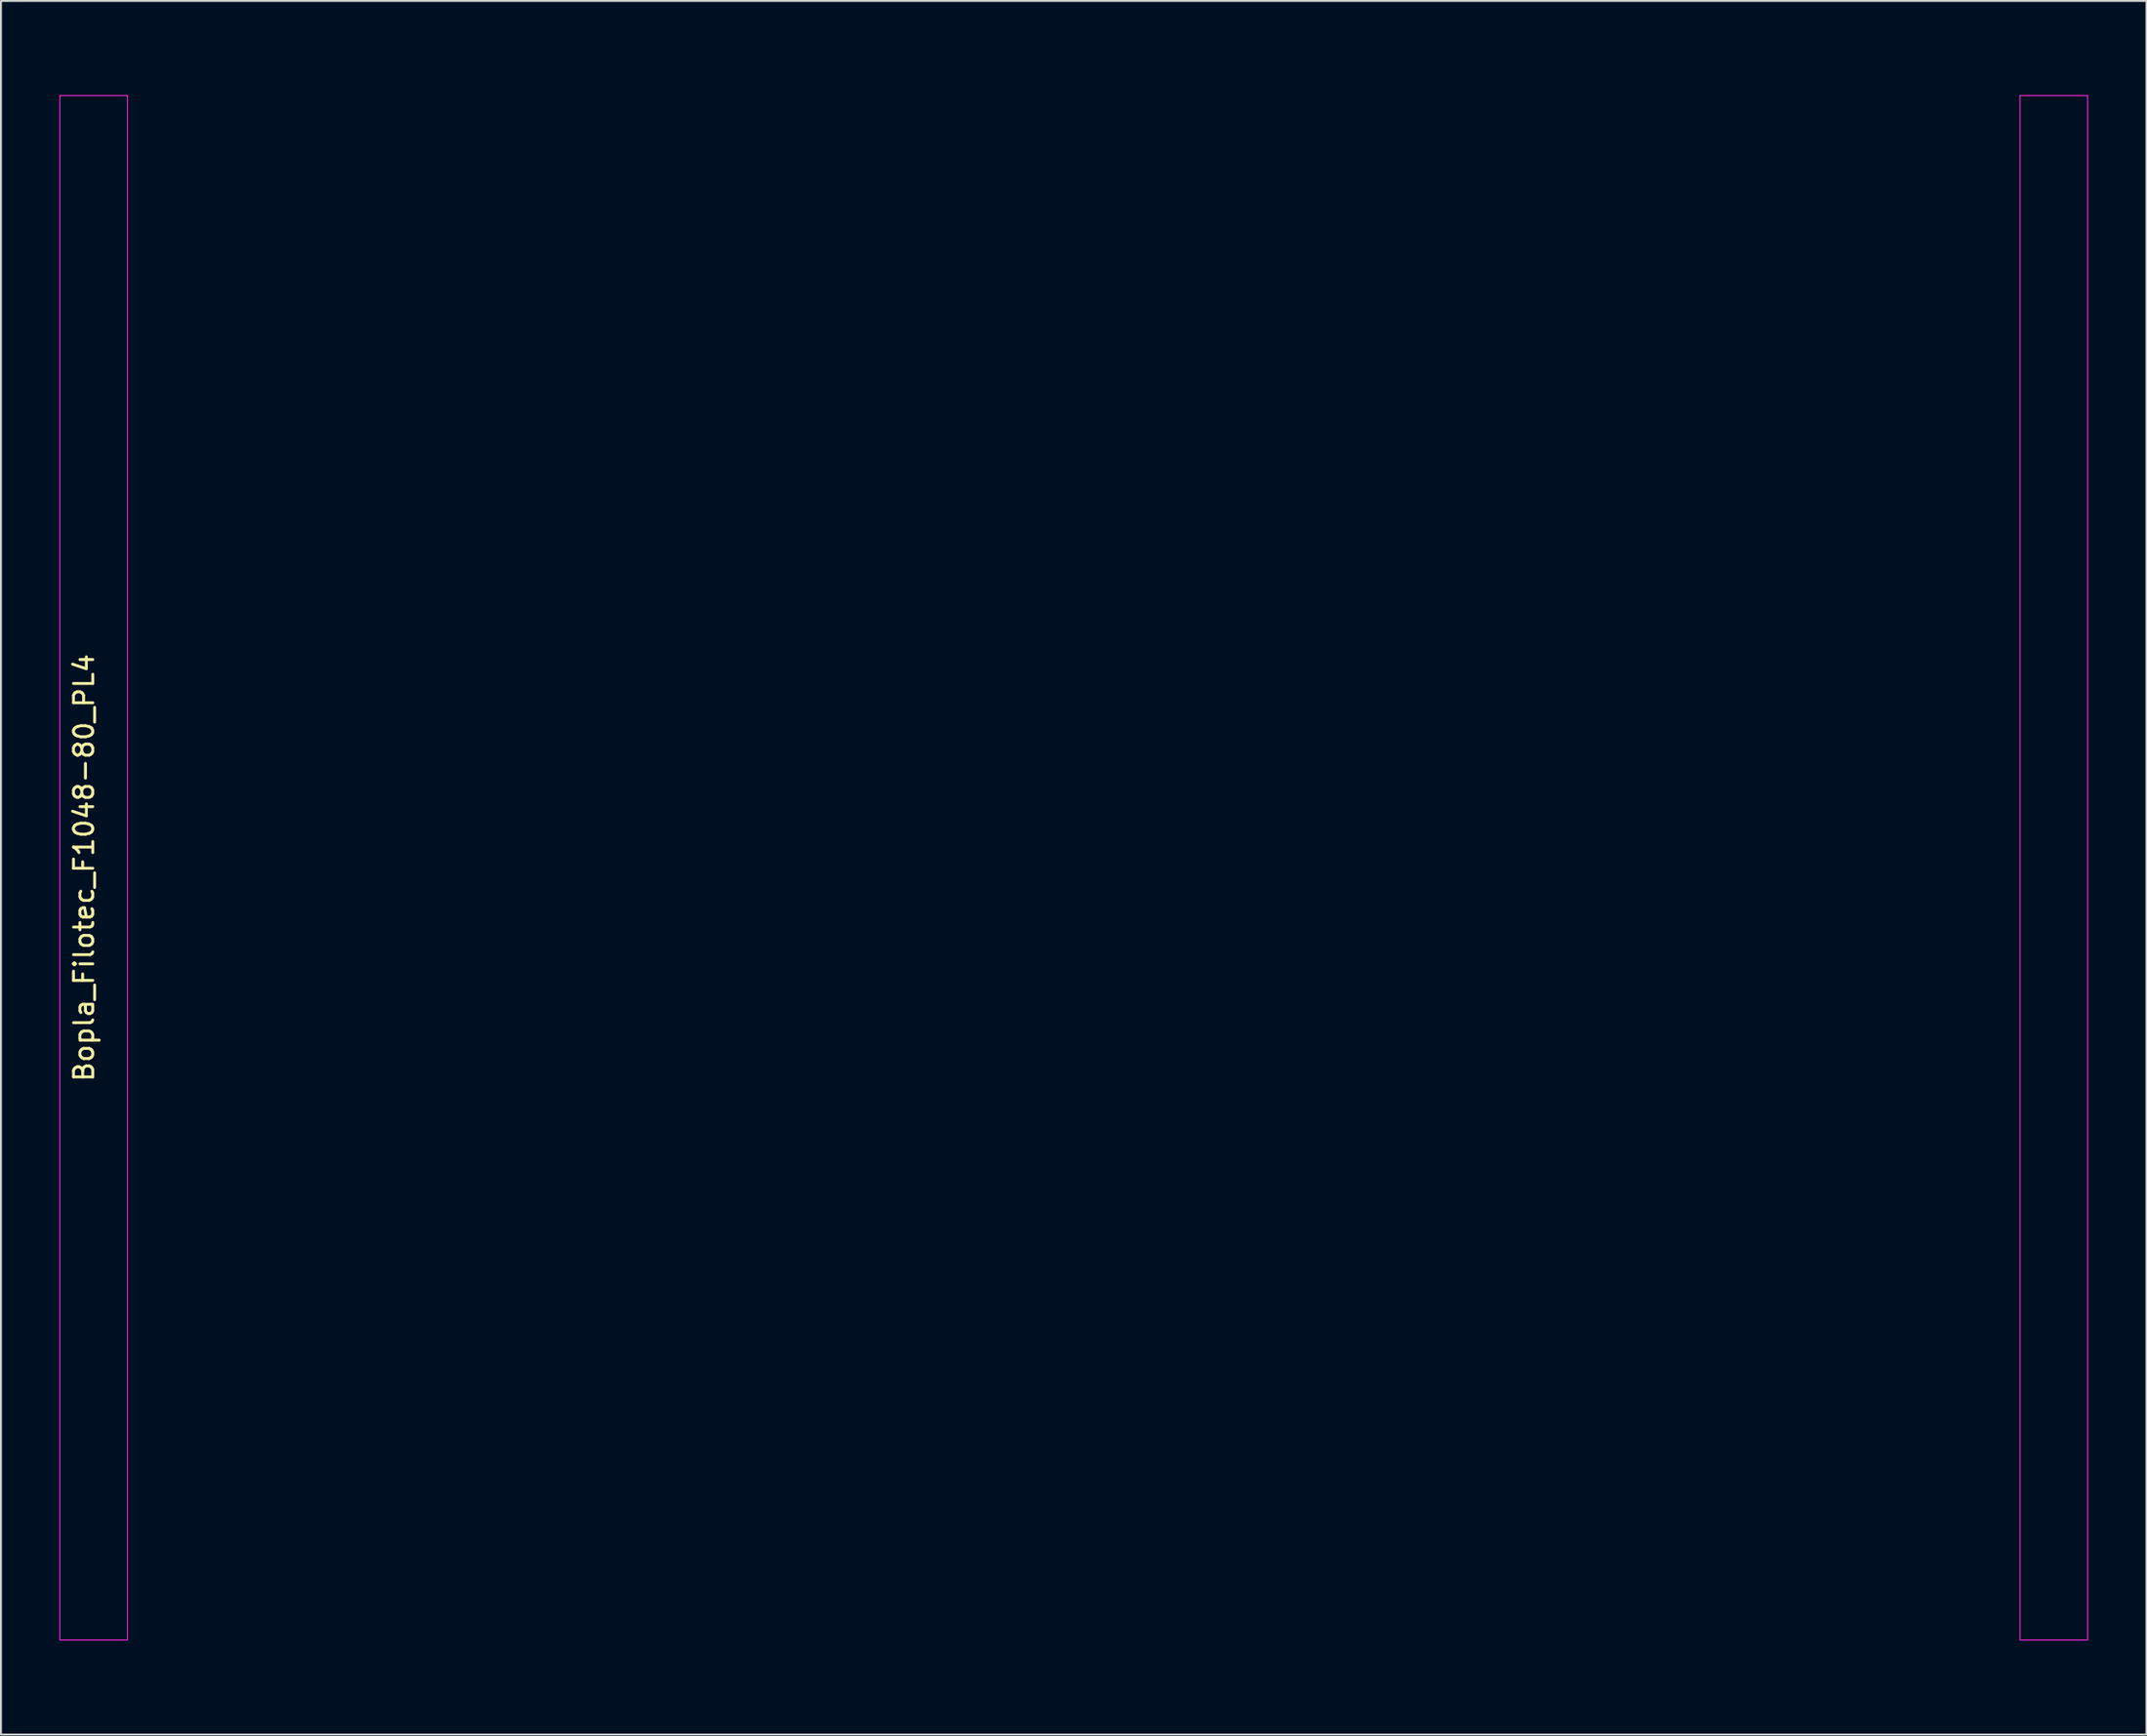
<source format=kicad_pcb>
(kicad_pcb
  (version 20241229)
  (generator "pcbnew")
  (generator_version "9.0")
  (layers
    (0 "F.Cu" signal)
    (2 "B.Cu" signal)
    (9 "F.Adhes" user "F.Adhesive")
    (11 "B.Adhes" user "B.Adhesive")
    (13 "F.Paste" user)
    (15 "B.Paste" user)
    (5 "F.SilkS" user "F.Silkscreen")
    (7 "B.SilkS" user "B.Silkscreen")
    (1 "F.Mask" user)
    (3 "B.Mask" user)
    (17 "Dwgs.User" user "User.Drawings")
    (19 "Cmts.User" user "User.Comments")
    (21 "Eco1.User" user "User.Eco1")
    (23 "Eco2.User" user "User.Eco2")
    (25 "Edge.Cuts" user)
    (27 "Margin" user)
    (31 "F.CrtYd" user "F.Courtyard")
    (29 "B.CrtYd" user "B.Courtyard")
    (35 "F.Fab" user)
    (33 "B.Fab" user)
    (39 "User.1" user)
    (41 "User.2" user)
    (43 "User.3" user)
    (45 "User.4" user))
  (footprint "Bopla_Filotec_F1048-80_PL4"
    (layer "F.Cu")
    (at 52.55 41.9)
    (property "Reference" "Bopla_Filotec_F1048-80_PL4" (at -51.25 0 90) (layer "F.SilkS") (effects (font (size 1 1) (thickness 0.15))))
    (attr exclude_from_pos_files exclude_from_bom)
    (fp_line (start -52.5 -40) (end -52.5 40) (stroke (width 0.1) (type solid)) (layer "Eco1.User"))
    (fp_line (start -52.5 -40) (end -50.25 -40) (stroke (width 0.1) (type solid)) (layer "Eco1.User"))
    (fp_line (start -52.5 40) (end -50.25 40) (stroke (width 0.1) (type solid)) (layer "Eco1.User"))
    (fp_line (start -51.25 -41.5) (end -51.25 -41.85) (stroke (width 0.1) (type solid)) (layer "Eco1.User"))
    (fp_line (start -51.25 -41.5) (end -51 -41.25) (stroke (width 0.1) (type solid)) (layer "Eco1.User"))
    (fp_line (start -51.25 41.5) (end -51.25 41.85) (stroke (width 0.1) (type solid)) (layer "Eco1.User"))
    (fp_line (start -51.25 41.5) (end -51 41.25) (stroke (width 0.1) (type solid)) (layer "Eco1.User"))
    (fp_line (start -50.75 -41) (end -50.5 -40.75) (stroke (width 0.1) (type solid)) (layer "Eco1.User"))
    (fp_line (start -50.75 41) (end -50.5 40.75) (stroke (width 0.1) (type solid)) (layer "Eco1.User"))
    (fp_line (start -50.6 -41.85) (end -50.85 -41.85) (stroke (width 0.1) (type solid)) (layer "Eco1.User"))
    (fp_line (start -50.6 -41.5) (end -50.85 -41.5) (stroke (width 0.1) (type solid)) (layer "Eco1.User"))
    (fp_line (start -50.6 41.5) (end -50.85 41.5) (stroke (width 0.1) (type solid)) (layer "Eco1.User"))
    (fp_line (start -50.6 41.85) (end -50.85 41.85) (stroke (width 0.1) (type solid)) (layer "Eco1.User"))
    (fp_line (start -50.25 -40.5) (end -50 -40.25) (stroke (width 0.1) (type solid)) (layer "Eco1.User"))
    (fp_line (start -50.25 -40) (end -50.25 40) (stroke (width 0.1) (type solid)) (layer "Eco1.User"))
    (fp_line (start -50.25 40.5) (end -50 40.25) (stroke (width 0.1) (type solid)) (layer "Eco1.User"))
    (fp_line (start -50.1 -41.85) (end -50.35 -41.85) (stroke (width 0.1) (type solid)) (layer "Eco1.User"))
    (fp_line (start -50.1 -41.5) (end -50.35 -41.5) (stroke (width 0.1) (type solid)) (layer "Eco1.User"))
    (fp_line (start -50.1 41.5) (end -50.35 41.5) (stroke (width 0.1) (type solid)) (layer "Eco1.User"))
    (fp_line (start -50.1 41.85) (end -50.35 41.85) (stroke (width 0.1) (type solid)) (layer "Eco1.User"))
    (fp_line (start -49.75 -40) (end -49.5 -39.75) (stroke (width 0.1) (type solid)) (layer "Eco1.User"))
    (fp_line (start -49.75 40) (end -49.5 39.75) (stroke (width 0.1) (type solid)) (layer "Eco1.User"))
    (fp_line (start -49.6 -41.85) (end -49.85 -41.85) (stroke (width 0.1) (type solid)) (layer "Eco1.User"))
    (fp_line (start -49.6 -41.5) (end -49.85 -41.5) (stroke (width 0.1) (type solid)) (layer "Eco1.User"))
    (fp_line (start -49.6 41.5) (end -49.85 41.5) (stroke (width 0.1) (type solid)) (layer "Eco1.User"))
    (fp_line (start -49.6 41.85) (end -49.85 41.85) (stroke (width 0.1) (type solid)) (layer "Eco1.User"))
    (fp_line (start -49.5 -39.6) (end -49.5 -39.35) (stroke (width 0.1) (type solid)) (layer "Eco1.User"))
    (fp_line (start -49.5 -39.1) (end -49.5 -38.85) (stroke (width 0.1) (type solid)) (layer "Eco1.User"))
    (fp_line (start -49.5 -38.6) (end -49.5 -38.35) (stroke (width 0.1) (type solid)) (layer "Eco1.User"))
    (fp_line (start -49.5 -38.1) (end -49.5 -37.85) (stroke (width 0.1) (type solid)) (layer "Eco1.User"))
    (fp_line (start -49.5 -37.6) (end -49.5 -37.35) (stroke (width 0.1) (type solid)) (layer "Eco1.User"))
    (fp_line (start -49.5 -37.1) (end -49.5 -36.85) (stroke (width 0.1) (type solid)) (layer "Eco1.User"))
    (fp_line (start -49.5 -36.6) (end -49.5 -36.35) (stroke (width 0.1) (type solid)) (layer "Eco1.User"))
    (fp_line (start -49.5 -36.1) (end -49.5 -35.85) (stroke (width 0.1) (type solid)) (layer "Eco1.User"))
    (fp_line (start -49.5 -35.6) (end -49.5 -35.35) (stroke (width 0.1) (type solid)) (layer "Eco1.User"))
    (fp_line (start -49.5 -35.1) (end -49.5 -34.85) (stroke (width 0.1) (type solid)) (layer "Eco1.User"))
    (fp_line (start -49.5 -34.6) (end -49.5 -34.35) (stroke (width 0.1) (type solid)) (layer "Eco1.User"))
    (fp_line (start -49.5 -34.1) (end -49.25 -33.85) (stroke (width 0.1) (type solid)) (layer "Eco1.User"))
    (fp_line (start -49.5 34.1) (end -49.25 33.85) (stroke (width 0.1) (type solid)) (layer "Eco1.User"))
    (fp_line (start -49.5 34.6) (end -49.5 34.35) (stroke (width 0.1) (type solid)) (layer "Eco1.User"))
    (fp_line (start -49.5 35.1) (end -49.5 34.85) (stroke (width 0.1) (type solid)) (layer "Eco1.User"))
    (fp_line (start -49.5 35.6) (end -49.5 35.35) (stroke (width 0.1) (type solid)) (layer "Eco1.User"))
    (fp_line (start -49.5 36.1) (end -49.5 35.85) (stroke (width 0.1) (type solid)) (layer "Eco1.User"))
    (fp_line (start -49.5 36.6) (end -49.5 36.35) (stroke (width 0.1) (type solid)) (layer "Eco1.User"))
    (fp_line (start -49.5 37.1) (end -49.5 36.85) (stroke (width 0.1) (type solid)) (layer "Eco1.User"))
    (fp_line (start -49.5 37.6) (end -49.5 37.35) (stroke (width 0.1) (type solid)) (layer "Eco1.User"))
    (fp_line (start -49.5 38.1) (end -49.5 37.85) (stroke (width 0.1) (type solid)) (layer "Eco1.User"))
    (fp_line (start -49.5 38.6) (end -49.5 38.35) (stroke (width 0.1) (type solid)) (layer "Eco1.User"))
    (fp_line (start -49.5 39.1) (end -49.5 38.85) (stroke (width 0.1) (type solid)) (layer "Eco1.User"))
    (fp_line (start -49.5 39.6) (end -49.5 39.35) (stroke (width 0.1) (type solid)) (layer "Eco1.User"))
    (fp_line (start -49.1 -41.85) (end -49.35 -41.85) (stroke (width 0.1) (type solid)) (layer "Eco1.User"))
    (fp_line (start -49.1 -41.5) (end -49.35 -41.5) (stroke (width 0.1) (type solid)) (layer "Eco1.User"))
    (fp_line (start -49.1 41.5) (end -49.35 41.5) (stroke (width 0.1) (type solid)) (layer "Eco1.User"))
    (fp_line (start -49.1 41.85) (end -49.35 41.85) (stroke (width 0.1) (type solid)) (layer "Eco1.User"))
    (fp_line (start -49 -40) (end -46.5 -40) (stroke (width 0.1) (type solid)) (layer "Eco1.User"))
    (fp_line (start -49 40) (end -49 -40) (stroke (width 0.1) (type solid)) (layer "Eco1.User"))
    (fp_line (start -49 40) (end -46.5 40) (stroke (width 0.1) (type solid)) (layer "Eco1.User"))
    (fp_line (start -48.6 -41.85) (end -48.85 -41.85) (stroke (width 0.1) (type solid)) (layer "Eco1.User"))
    (fp_line (start -48.6 -41.5) (end -48.85 -41.5) (stroke (width 0.1) (type solid)) (layer "Eco1.User"))
    (fp_line (start -48.6 41.5) (end -48.85 41.5) (stroke (width 0.1) (type solid)) (layer "Eco1.User"))
    (fp_line (start -48.6 41.85) (end -48.85 41.85) (stroke (width 0.1) (type solid)) (layer "Eco1.User"))
    (fp_line (start -48.15 -41.85) (end -48.4 -41.85) (stroke (width 0.1) (type solid)) (layer "Eco1.User"))
    (fp_line (start -48.15 -41.5) (end -48.4 -41.5) (stroke (width 0.1) (type solid)) (layer "Eco1.User"))
    (fp_line (start -48.15 41.5) (end -48.4 41.5) (stroke (width 0.1) (type solid)) (layer "Eco1.User"))
    (fp_line (start -48.15 41.85) (end -48.4 41.85) (stroke (width 0.1) (type solid)) (layer "Eco1.User"))
    (fp_line (start -47.65 -41.85) (end -47.9 -41.85) (stroke (width 0.1) (type solid)) (layer "Eco1.User"))
    (fp_line (start -47.65 -41.5) (end -47.9 -41.5) (stroke (width 0.1) (type solid)) (layer "Eco1.User"))
    (fp_line (start -47.65 41.5) (end -47.9 41.5) (stroke (width 0.1) (type solid)) (layer "Eco1.User"))
    (fp_line (start -47.65 41.85) (end -47.9 41.85) (stroke (width 0.1) (type solid)) (layer "Eco1.User"))
    (fp_line (start -47.5 -39.6) (end -47.5 -39.35) (stroke (width 0.1) (type solid)) (layer "Eco1.User"))
    (fp_line (start -47.5 -39.1) (end -47.5 -38.85) (stroke (width 0.1) (type solid)) (layer "Eco1.User"))
    (fp_line (start -47.5 -38.6) (end -47.5 -38.35) (stroke (width 0.1) (type solid)) (layer "Eco1.User"))
    (fp_line (start -47.5 -38.1) (end -47.5 -37.85) (stroke (width 0.1) (type solid)) (layer "Eco1.User"))
    (fp_line (start -47.5 -37.6) (end -47.5 -37.35) (stroke (width 0.1) (type solid)) (layer "Eco1.User"))
    (fp_line (start -47.5 -37.1) (end -47.5 -36.85) (stroke (width 0.1) (type solid)) (layer "Eco1.User"))
    (fp_line (start -47.5 -36.6) (end -47.5 -36.35) (stroke (width 0.1) (type solid)) (layer "Eco1.User"))
    (fp_line (start -47.5 -36.1) (end -47.5 -35.85) (stroke (width 0.1) (type solid)) (layer "Eco1.User"))
    (fp_line (start -47.5 -35.6) (end -47.5 -35.35) (stroke (width 0.1) (type solid)) (layer "Eco1.User"))
    (fp_line (start -47.5 -35.1) (end -47.5 -34.85) (stroke (width 0.1) (type solid)) (layer "Eco1.User"))
    (fp_line (start -47.5 -34.6) (end -47.5 -34.35) (stroke (width 0.1) (type solid)) (layer "Eco1.User"))
    (fp_line (start -47.5 -34.1) (end -47.75 -33.85) (stroke (width 0.1) (type solid)) (layer "Eco1.User"))
    (fp_line (start -47.5 34.1) (end -47.75 33.85) (stroke (width 0.1) (type solid)) (layer "Eco1.User"))
    (fp_line (start -47.5 34.6) (end -47.5 34.35) (stroke (width 0.1) (type solid)) (layer "Eco1.User"))
    (fp_line (start -47.5 35.1) (end -47.5 34.85) (stroke (width 0.1) (type solid)) (layer "Eco1.User"))
    (fp_line (start -47.5 35.6) (end -47.5 35.35) (stroke (width 0.1) (type solid)) (layer "Eco1.User"))
    (fp_line (start -47.5 36.1) (end -47.5 35.85) (stroke (width 0.1) (type solid)) (layer "Eco1.User"))
    (fp_line (start -47.5 36.6) (end -47.5 36.35) (stroke (width 0.1) (type solid)) (layer "Eco1.User"))
    (fp_line (start -47.5 37.1) (end -47.5 36.85) (stroke (width 0.1) (type solid)) (layer "Eco1.User"))
    (fp_line (start -47.5 37.6) (end -47.5 37.35) (stroke (width 0.1) (type solid)) (layer "Eco1.User"))
    (fp_line (start -47.5 38.1) (end -47.5 37.85) (stroke (width 0.1) (type solid)) (layer "Eco1.User"))
    (fp_line (start -47.5 38.6) (end -47.5 38.35) (stroke (width 0.1) (type solid)) (layer "Eco1.User"))
    (fp_line (start -47.5 39.1) (end -47.5 38.85) (stroke (width 0.1) (type solid)) (layer "Eco1.User"))
    (fp_line (start -47.5 39.6) (end -47.5 39.35) (stroke (width 0.1) (type solid)) (layer "Eco1.User"))
    (fp_line (start -47.25 -40) (end -47.5 -39.75) (stroke (width 0.1) (type solid)) (layer "Eco1.User"))
    (fp_line (start -47.25 40) (end -47.5 39.75) (stroke (width 0.1) (type solid)) (layer "Eco1.User"))
    (fp_line (start -47.15 -41.85) (end -47.4 -41.85) (stroke (width 0.1) (type solid)) (layer "Eco1.User"))
    (fp_line (start -47.15 -41.5) (end -47.4 -41.5) (stroke (width 0.1) (type solid)) (layer "Eco1.User"))
    (fp_line (start -47.15 41.5) (end -47.4 41.5) (stroke (width 0.1) (type solid)) (layer "Eco1.User"))
    (fp_line (start -47.15 41.85) (end -47.4 41.85) (stroke (width 0.1) (type solid)) (layer "Eco1.User"))
    (fp_line (start -46.75 -40.5) (end -47 -40.25) (stroke (width 0.1) (type solid)) (layer "Eco1.User"))
    (fp_line (start -46.75 40.5) (end -47 40.25) (stroke (width 0.1) (type solid)) (layer "Eco1.User"))
    (fp_line (start -46.65 -41.85) (end -46.9 -41.85) (stroke (width 0.1) (type solid)) (layer "Eco1.User"))
    (fp_line (start -46.65 -41.5) (end -46.9 -41.5) (stroke (width 0.1) (type solid)) (layer "Eco1.User"))
    (fp_line (start -46.65 41.5) (end -46.9 41.5) (stroke (width 0.1) (type solid)) (layer "Eco1.User"))
    (fp_line (start -46.65 41.85) (end -46.9 41.85) (stroke (width 0.1) (type solid)) (layer "Eco1.User"))
    (fp_line (start -46.5 40) (end -46.5 -40) (stroke (width 0.1) (type solid)) (layer "Eco1.User"))
    (fp_line (start -46.5 40) (end 46.5 40) (stroke (width 0.1) (type solid)) (layer "Eco1.User"))
    (fp_line (start -46.25 -41) (end -46.5 -40.75) (stroke (width 0.1) (type solid)) (layer "Eco1.User"))
    (fp_line (start -46.25 41) (end -46.5 40.75) (stroke (width 0.1) (type solid)) (layer "Eco1.User"))
    (fp_line (start -46.15 -41.85) (end -46.4 -41.85) (stroke (width 0.1) (type solid)) (layer "Eco1.User"))
    (fp_line (start -46.15 -41.5) (end -46.4 -41.5) (stroke (width 0.1) (type solid)) (layer "Eco1.User"))
    (fp_line (start -46.15 41.5) (end -46.4 41.5) (stroke (width 0.1) (type solid)) (layer "Eco1.User"))
    (fp_line (start -46.15 41.85) (end -46.4 41.85) (stroke (width 0.1) (type solid)) (layer "Eco1.User"))
    (fp_line (start -45.75 -41.5) (end -46 -41.25) (stroke (width 0.1) (type solid)) (layer "Eco1.User"))
    (fp_line (start -45.75 -41.5) (end -45.75 -41.85) (stroke (width 0.1) (type solid)) (layer "Eco1.User"))
    (fp_line (start -45.75 41.5) (end -46 41.25) (stroke (width 0.1) (type solid)) (layer "Eco1.User"))
    (fp_line (start -45.75 41.5) (end -45.75 41.85) (stroke (width 0.1) (type solid)) (layer "Eco1.User"))
    (fp_line (start 45.75 -41.5) (end 45.75 -41.85) (stroke (width 0.1) (type solid)) (layer "Eco1.User"))
    (fp_line (start 45.75 -41.5) (end 46 -41.25) (stroke (width 0.1) (type solid)) (layer "Eco1.User"))
    (fp_line (start 45.75 41.5) (end 45.75 41.85) (stroke (width 0.1) (type solid)) (layer "Eco1.User"))
    (fp_line (start 45.75 41.5) (end 46 41.25) (stroke (width 0.1) (type solid)) (layer "Eco1.User"))
    (fp_line (start 46.25 -41) (end 46.5 -40.75) (stroke (width 0.1) (type solid)) (layer "Eco1.User"))
    (fp_line (start 46.25 41) (end 46.5 40.75) (stroke (width 0.1) (type solid)) (layer "Eco1.User"))
    (fp_line (start 46.4 -41.85) (end 46.15 -41.85) (stroke (width 0.1) (type solid)) (layer "Eco1.User"))
    (fp_line (start 46.4 -41.5) (end 46.15 -41.5) (stroke (width 0.1) (type solid)) (layer "Eco1.User"))
    (fp_line (start 46.4 41.5) (end 46.15 41.5) (stroke (width 0.1) (type solid)) (layer "Eco1.User"))
    (fp_line (start 46.4 41.85) (end 46.15 41.85) (stroke (width 0.1) (type solid)) (layer "Eco1.User"))
    (fp_line (start 46.5 -40) (end -46.5 -40) (stroke (width 0.1) (type solid)) (layer "Eco1.User"))
    (fp_line (start 46.5 -40) (end 46.5 40) (stroke (width 0.1) (type solid)) (layer "Eco1.User"))
    (fp_line (start 46.75 -40.5) (end 47 -40.25) (stroke (width 0.1) (type solid)) (layer "Eco1.User"))
    (fp_line (start 46.75 40.5) (end 47 40.25) (stroke (width 0.1) (type solid)) (layer "Eco1.User"))
    (fp_line (start 46.9 -41.85) (end 46.65 -41.85) (stroke (width 0.1) (type solid)) (layer "Eco1.User"))
    (fp_line (start 46.9 -41.5) (end 46.65 -41.5) (stroke (width 0.1) (type solid)) (layer "Eco1.User"))
    (fp_line (start 46.9 41.5) (end 46.65 41.5) (stroke (width 0.1) (type solid)) (layer "Eco1.User"))
    (fp_line (start 46.9 41.85) (end 46.65 41.85) (stroke (width 0.1) (type solid)) (layer "Eco1.User"))
    (fp_line (start 47.25 -40) (end 47.5 -39.75) (stroke (width 0.1) (type solid)) (layer "Eco1.User"))
    (fp_line (start 47.25 40) (end 47.5 39.75) (stroke (width 0.1) (type solid)) (layer "Eco1.User"))
    (fp_line (start 47.4 -41.85) (end 47.15 -41.85) (stroke (width 0.1) (type solid)) (layer "Eco1.User"))
    (fp_line (start 47.4 -41.5) (end 47.15 -41.5) (stroke (width 0.1) (type solid)) (layer "Eco1.User"))
    (fp_line (start 47.4 41.5) (end 47.15 41.5) (stroke (width 0.1) (type solid)) (layer "Eco1.User"))
    (fp_line (start 47.4 41.85) (end 47.15 41.85) (stroke (width 0.1) (type solid)) (layer "Eco1.User"))
    (fp_line (start 47.5 -39.6) (end 47.5 -39.35) (stroke (width 0.1) (type solid)) (layer "Eco1.User"))
    (fp_line (start 47.5 -39.1) (end 47.5 -38.85) (stroke (width 0.1) (type solid)) (layer "Eco1.User"))
    (fp_line (start 47.5 -38.6) (end 47.5 -38.35) (stroke (width 0.1) (type solid)) (layer "Eco1.User"))
    (fp_line (start 47.5 -38.1) (end 47.5 -37.85) (stroke (width 0.1) (type solid)) (layer "Eco1.User"))
    (fp_line (start 47.5 -37.6) (end 47.5 -37.35) (stroke (width 0.1) (type solid)) (layer "Eco1.User"))
    (fp_line (start 47.5 -37.1) (end 47.5 -36.85) (stroke (width 0.1) (type solid)) (layer "Eco1.User"))
    (fp_line (start 47.5 -36.6) (end 47.5 -36.35) (stroke (width 0.1) (type solid)) (layer "Eco1.User"))
    (fp_line (start 47.5 -36.1) (end 47.5 -35.85) (stroke (width 0.1) (type solid)) (layer "Eco1.User"))
    (fp_line (start 47.5 -35.6) (end 47.5 -35.35) (stroke (width 0.1) (type solid)) (layer "Eco1.User"))
    (fp_line (start 47.5 -35.1) (end 47.5 -34.85) (stroke (width 0.1) (type solid)) (layer "Eco1.User"))
    (fp_line (start 47.5 -34.6) (end 47.5 -34.35) (stroke (width 0.1) (type solid)) (layer "Eco1.User"))
    (fp_line (start 47.5 -34.1) (end 47.75 -33.85) (stroke (width 0.1) (type solid)) (layer "Eco1.User"))
    (fp_line (start 47.5 34.1) (end 47.75 33.85) (stroke (width 0.1) (type solid)) (layer "Eco1.User"))
    (fp_line (start 47.5 34.6) (end 47.5 34.35) (stroke (width 0.1) (type solid)) (layer "Eco1.User"))
    (fp_line (start 47.5 35.1) (end 47.5 34.85) (stroke (width 0.1) (type solid)) (layer "Eco1.User"))
    (fp_line (start 47.5 35.6) (end 47.5 35.35) (stroke (width 0.1) (type solid)) (layer "Eco1.User"))
    (fp_line (start 47.5 36.1) (end 47.5 35.85) (stroke (width 0.1) (type solid)) (layer "Eco1.User"))
    (fp_line (start 47.5 36.6) (end 47.5 36.35) (stroke (width 0.1) (type solid)) (layer "Eco1.User"))
    (fp_line (start 47.5 37.1) (end 47.5 36.85) (stroke (width 0.1) (type solid)) (layer "Eco1.User"))
    (fp_line (start 47.5 37.6) (end 47.5 37.35) (stroke (width 0.1) (type solid)) (layer "Eco1.User"))
    (fp_line (start 47.5 38.1) (end 47.5 37.85) (stroke (width 0.1) (type solid)) (layer "Eco1.User"))
    (fp_line (start 47.5 38.6) (end 47.5 38.35) (stroke (width 0.1) (type solid)) (layer "Eco1.User"))
    (fp_line (start 47.5 39.1) (end 47.5 38.85) (stroke (width 0.1) (type solid)) (layer "Eco1.User"))
    (fp_line (start 47.5 39.6) (end 47.5 39.35) (stroke (width 0.1) (type solid)) (layer "Eco1.User"))
    (fp_line (start 47.9 -41.85) (end 47.65 -41.85) (stroke (width 0.1) (type solid)) (layer "Eco1.User"))
    (fp_line (start 47.9 -41.5) (end 47.65 -41.5) (stroke (width 0.1) (type solid)) (layer "Eco1.User"))
    (fp_line (start 47.9 41.5) (end 47.65 41.5) (stroke (width 0.1) (type solid)) (layer "Eco1.User"))
    (fp_line (start 47.9 41.85) (end 47.65 41.85) (stroke (width 0.1) (type solid)) (layer "Eco1.User"))
    (fp_line (start 48.4 -41.85) (end 48.15 -41.85) (stroke (width 0.1) (type solid)) (layer "Eco1.User"))
    (fp_line (start 48.4 -41.5) (end 48.15 -41.5) (stroke (width 0.1) (type solid)) (layer "Eco1.User"))
    (fp_line (start 48.4 41.5) (end 48.15 41.5) (stroke (width 0.1) (type solid)) (layer "Eco1.User"))
    (fp_line (start 48.4 41.85) (end 48.15 41.85) (stroke (width 0.1) (type solid)) (layer "Eco1.User"))
    (fp_line (start 48.85 -41.85) (end 48.6 -41.85) (stroke (width 0.1) (type solid)) (layer "Eco1.User"))
    (fp_line (start 48.85 -41.5) (end 48.6 -41.5) (stroke (width 0.1) (type solid)) (layer "Eco1.User"))
    (fp_line (start 48.85 41.5) (end 48.6 41.5) (stroke (width 0.1) (type solid)) (layer "Eco1.User"))
    (fp_line (start 48.85 41.85) (end 48.6 41.85) (stroke (width 0.1) (type solid)) (layer "Eco1.User"))
    (fp_line (start 49 -40) (end 46.5 -40) (stroke (width 0.1) (type solid)) (layer "Eco1.User"))
    (fp_line (start 49 -40) (end 49 40) (stroke (width 0.1) (type solid)) (layer "Eco1.User"))
    (fp_line (start 49 40) (end 46.5 40) (stroke (width 0.1) (type solid)) (layer "Eco1.User"))
    (fp_line (start 49.35 -41.85) (end 49.1 -41.85) (stroke (width 0.1) (type solid)) (layer "Eco1.User"))
    (fp_line (start 49.35 -41.5) (end 49.1 -41.5) (stroke (width 0.1) (type solid)) (layer "Eco1.User"))
    (fp_line (start 49.35 41.5) (end 49.1 41.5) (stroke (width 0.1) (type solid)) (layer "Eco1.User"))
    (fp_line (start 49.35 41.85) (end 49.1 41.85) (stroke (width 0.1) (type solid)) (layer "Eco1.User"))
    (fp_line (start 49.5 -39.6) (end 49.5 -39.35) (stroke (width 0.1) (type solid)) (layer "Eco1.User"))
    (fp_line (start 49.5 -39.1) (end 49.5 -38.85) (stroke (width 0.1) (type solid)) (layer "Eco1.User"))
    (fp_line (start 49.5 -38.6) (end 49.5 -38.35) (stroke (width 0.1) (type solid)) (layer "Eco1.User"))
    (fp_line (start 49.5 -38.1) (end 49.5 -37.85) (stroke (width 0.1) (type solid)) (layer "Eco1.User"))
    (fp_line (start 49.5 -37.6) (end 49.5 -37.35) (stroke (width 0.1) (type solid)) (layer "Eco1.User"))
    (fp_line (start 49.5 -37.1) (end 49.5 -36.85) (stroke (width 0.1) (type solid)) (layer "Eco1.User"))
    (fp_line (start 49.5 -36.6) (end 49.5 -36.35) (stroke (width 0.1) (type solid)) (layer "Eco1.User"))
    (fp_line (start 49.5 -36.1) (end 49.5 -35.85) (stroke (width 0.1) (type solid)) (layer "Eco1.User"))
    (fp_line (start 49.5 -35.6) (end 49.5 -35.35) (stroke (width 0.1) (type solid)) (layer "Eco1.User"))
    (fp_line (start 49.5 -35.1) (end 49.5 -34.85) (stroke (width 0.1) (type solid)) (layer "Eco1.User"))
    (fp_line (start 49.5 -34.6) (end 49.5 -34.35) (stroke (width 0.1) (type solid)) (layer "Eco1.User"))
    (fp_line (start 49.5 -34.1) (end 49.25 -33.85) (stroke (width 0.1) (type solid)) (layer "Eco1.User"))
    (fp_line (start 49.5 34.1) (end 49.25 33.85) (stroke (width 0.1) (type solid)) (layer "Eco1.User"))
    (fp_line (start 49.5 34.6) (end 49.5 34.35) (stroke (width 0.1) (type solid)) (layer "Eco1.User"))
    (fp_line (start 49.5 35.1) (end 49.5 34.85) (stroke (width 0.1) (type solid)) (layer "Eco1.User"))
    (fp_line (start 49.5 35.6) (end 49.5 35.35) (stroke (width 0.1) (type solid)) (layer "Eco1.User"))
    (fp_line (start 49.5 36.1) (end 49.5 35.85) (stroke (width 0.1) (type solid)) (layer "Eco1.User"))
    (fp_line (start 49.5 36.6) (end 49.5 36.35) (stroke (width 0.1) (type solid)) (layer "Eco1.User"))
    (fp_line (start 49.5 37.1) (end 49.5 36.85) (stroke (width 0.1) (type solid)) (layer "Eco1.User"))
    (fp_line (start 49.5 37.6) (end 49.5 37.35) (stroke (width 0.1) (type solid)) (layer "Eco1.User"))
    (fp_line (start 49.5 38.1) (end 49.5 37.85) (stroke (width 0.1) (type solid)) (layer "Eco1.User"))
    (fp_line (start 49.5 38.6) (end 49.5 38.35) (stroke (width 0.1) (type solid)) (layer "Eco1.User"))
    (fp_line (start 49.5 39.1) (end 49.5 38.85) (stroke (width 0.1) (type solid)) (layer "Eco1.User"))
    (fp_line (start 49.5 39.6) (end 49.5 39.35) (stroke (width 0.1) (type solid)) (layer "Eco1.User"))
    (fp_line (start 49.75 -40) (end 49.5 -39.75) (stroke (width 0.1) (type solid)) (layer "Eco1.User"))
    (fp_line (start 49.75 40) (end 49.5 39.75) (stroke (width 0.1) (type solid)) (layer "Eco1.User"))
    (fp_line (start 49.85 -41.85) (end 49.6 -41.85) (stroke (width 0.1) (type solid)) (layer "Eco1.User"))
    (fp_line (start 49.85 -41.5) (end 49.6 -41.5) (stroke (width 0.1) (type solid)) (layer "Eco1.User"))
    (fp_line (start 49.85 41.5) (end 49.6 41.5) (stroke (width 0.1) (type solid)) (layer "Eco1.User"))
    (fp_line (start 49.85 41.85) (end 49.6 41.85) (stroke (width 0.1) (type solid)) (layer "Eco1.User"))
    (fp_line (start 50.25 -40.5) (end 50 -40.25) (stroke (width 0.1) (type solid)) (layer "Eco1.User"))
    (fp_line (start 50.25 -40) (end 52.5 -40) (stroke (width 0.1) (type solid)) (layer "Eco1.User"))
    (fp_line (start 50.25 40) (end 50.25 -40) (stroke (width 0.1) (type solid)) (layer "Eco1.User"))
    (fp_line (start 50.25 40) (end 52.5 40) (stroke (width 0.1) (type solid)) (layer "Eco1.User"))
    (fp_line (start 50.25 40.5) (end 50 40.25) (stroke (width 0.1) (type solid)) (layer "Eco1.User"))
    (fp_line (start 50.35 -41.85) (end 50.1 -41.85) (stroke (width 0.1) (type solid)) (layer "Eco1.User"))
    (fp_line (start 50.35 -41.5) (end 50.1 -41.5) (stroke (width 0.1) (type solid)) (layer "Eco1.User"))
    (fp_line (start 50.35 41.5) (end 50.1 41.5) (stroke (width 0.1) (type solid)) (layer "Eco1.User"))
    (fp_line (start 50.35 41.85) (end 50.1 41.85) (stroke (width 0.1) (type solid)) (layer "Eco1.User"))
    (fp_line (start 50.75 -41) (end 50.5 -40.75) (stroke (width 0.1) (type solid)) (layer "Eco1.User"))
    (fp_line (start 50.75 41) (end 50.5 40.75) (stroke (width 0.1) (type solid)) (layer "Eco1.User"))
    (fp_line (start 50.85 -41.85) (end 50.6 -41.85) (stroke (width 0.1) (type solid)) (layer "Eco1.User"))
    (fp_line (start 50.85 -41.5) (end 50.6 -41.5) (stroke (width 0.1) (type solid)) (layer "Eco1.User"))
    (fp_line (start 50.85 41.5) (end 50.6 41.5) (stroke (width 0.1) (type solid)) (layer "Eco1.User"))
    (fp_line (start 50.85 41.85) (end 50.6 41.85) (stroke (width 0.1) (type solid)) (layer "Eco1.User"))
    (fp_line (start 51.25 -41.5) (end 51 -41.25) (stroke (width 0.1) (type solid)) (layer "Eco1.User"))
    (fp_line (start 51.25 -41.5) (end 51.25 -41.85) (stroke (width 0.1) (type solid)) (layer "Eco1.User"))
    (fp_line (start 51.25 41.5) (end 51 41.25) (stroke (width 0.1) (type solid)) (layer "Eco1.User"))
    (fp_line (start 51.25 41.5) (end 51.25 41.85) (stroke (width 0.1) (type solid)) (layer "Eco1.User"))
    (fp_line (start 52.5 -40) (end 52.5 40) (stroke (width 0.1) (type solid)) (layer "Eco1.User"))
    (fp_line (start -52.5 -40) (end -52.5 40) (stroke (width 0.05) (type solid)) (layer "F.CrtYd"))
    (fp_line (start -52.5 40) (end -49 40) (stroke (width 0.05) (type solid)) (layer "F.CrtYd"))
    (fp_line (start -49 -40) (end -52.5 -40) (stroke (width 0.05) (type solid)) (layer "F.CrtYd"))
    (fp_line (start -49 40) (end -49 -40) (stroke (width 0.05) (type solid)) (layer "F.CrtYd"))
    (fp_line (start 49 -40) (end 52.5 -40) (stroke (width 0.05) (type solid)) (layer "F.CrtYd"))
    (fp_line (start 49 40) (end 49 -40) (stroke (width 0.05) (type solid)) (layer "F.CrtYd"))
    (fp_line (start 52.5 -40) (end 52.5 40) (stroke (width 0.05) (type solid)) (layer "F.CrtYd"))
    (fp_line (start 52.5 40) (end 49 40) (stroke (width 0.05) (type solid)) (layer "F.CrtYd")))
  (gr_rect
    (start -3 -3)
    (end 108.1 86.8)
    (stroke (width 0.1) (type default))
    (fill no)
    (layer "Edge.Cuts")))
</source>
